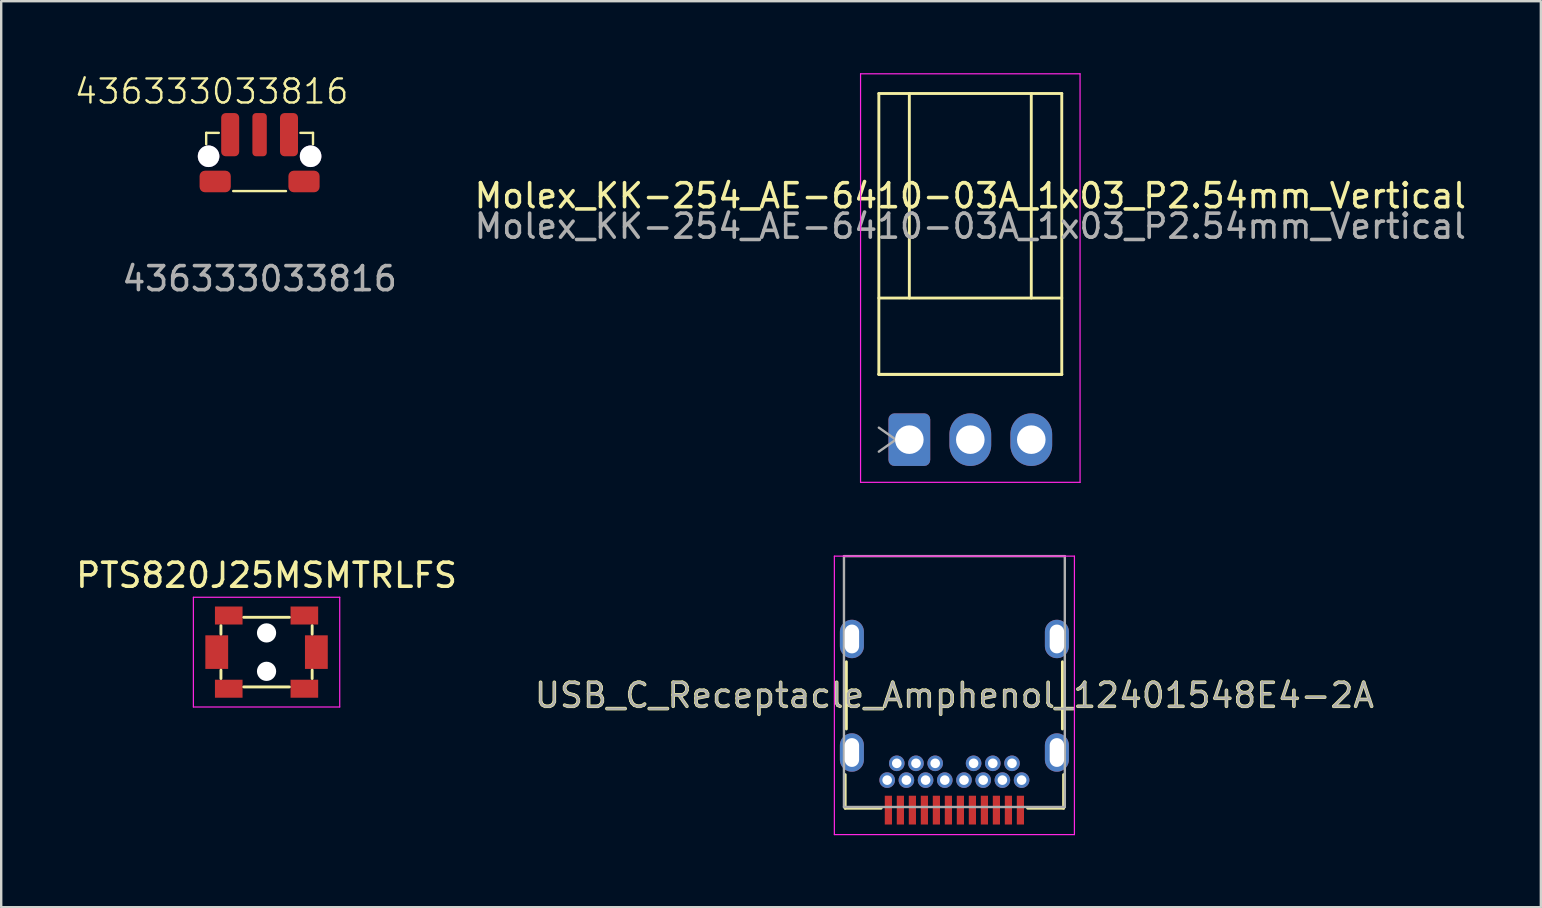
<source format=kicad_pcb>
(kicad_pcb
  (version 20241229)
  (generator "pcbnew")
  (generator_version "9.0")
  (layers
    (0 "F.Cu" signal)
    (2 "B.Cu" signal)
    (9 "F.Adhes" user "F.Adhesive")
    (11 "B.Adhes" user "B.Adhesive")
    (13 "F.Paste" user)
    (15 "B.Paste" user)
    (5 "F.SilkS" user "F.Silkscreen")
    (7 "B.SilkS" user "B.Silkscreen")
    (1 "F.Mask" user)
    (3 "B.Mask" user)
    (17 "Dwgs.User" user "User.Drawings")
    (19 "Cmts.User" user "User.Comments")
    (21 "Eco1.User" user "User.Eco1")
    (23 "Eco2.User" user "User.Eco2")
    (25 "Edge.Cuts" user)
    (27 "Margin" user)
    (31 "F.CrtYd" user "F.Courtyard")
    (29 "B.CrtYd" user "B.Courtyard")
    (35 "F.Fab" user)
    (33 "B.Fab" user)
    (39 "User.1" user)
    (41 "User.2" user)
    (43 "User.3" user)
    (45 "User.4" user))
  (footprint "Molex_KK-254_AE-6410-03A_1x03_P2.54mm_Vertical"
    (layer "F.Cu")
    (at 34.831 15.265)
    (property "Reference" "Molex_KK-254_AE-6410-03A_1x03_P2.54mm_Vertical" (at 2.54 -10.16 0) (layer "F.SilkS") (effects (font (size 1 1) (thickness 0.15))))
    (attr through_hole)
    (fp_line (start -1.27 -14.42) (end 6.35 -14.42) (stroke (width 0.12) (type solid)) (layer "F.SilkS"))
    (fp_line (start -1.27 -5.9) (end 6.35 -5.9) (stroke (width 0.12) (type solid)) (layer "F.SilkS"))
    (fp_line (start -1.27 -2.72) (end -1.27 -14.42) (stroke (width 0.12) (type solid)) (layer "F.SilkS"))
    (fp_line (start -1.27 -2.72) (end 6.35 -2.72) (stroke (width 0.12) (type solid)) (layer "F.SilkS"))
    (fp_line (start 0 -14.42) (end 0 -5.9) (stroke (width 0.12) (type solid)) (layer "F.SilkS"))
    (fp_line (start 5.08 -14.42) (end 5.08 -5.9) (stroke (width 0.12) (type solid)) (layer "F.SilkS"))
    (fp_line (start 6.35 -14.42) (end 6.35 -2.72) (stroke (width 0.12) (type solid)) (layer "F.SilkS"))
    (fp_line (start 6.35 -2.72) (end -1.27 -2.72) (stroke (width 0.12) (type solid)) (layer "F.SilkS"))
    (fp_line (start -2.032 -15.24) (end -2.032 1.778) (stroke (width 0.05) (type solid)) (layer "F.CrtYd"))
    (fp_line (start -2.032 1.778) (end 7.112 1.778) (stroke (width 0.05) (type solid)) (layer "F.CrtYd"))
    (fp_line (start 7.112 -15.24) (end -2.032 -15.24) (stroke (width 0.05) (type solid)) (layer "F.CrtYd"))
    (fp_line (start 7.112 1.778) (end 7.112 -15.24) (stroke (width 0.05) (type solid)) (layer "F.CrtYd"))
    (fp_line (start -1.27 -0.5) (end -0.563 0) (stroke (width 0.1) (type solid)) (layer "F.Fab"))
    (fp_line (start -0.563 0) (end -1.27 0.5) (stroke (width 0.1) (type solid)) (layer "F.Fab"))
    (fp_text user "${REFERENCE}" (at 2.54 -8.89 0) (layer "F.Fab") (effects (font (size 1 1) (thickness 0.15))))
    (pad "1" thru_hole roundrect (at 0 0) (size 1.74 2.19) (drill 1.19) (layers "*.Cu" "*.Mask") (roundrect_rratio 0.144))
    (pad "2" thru_hole oval (at 2.54 0) (size 1.74 2.19) (drill 1.19) (layers "*.Cu" "*.Mask"))
    (pad "3" thru_hole oval (at 5.08 0) (size 1.74 2.19) (drill 1.19) (layers "*.Cu" "*.Mask")))
  (footprint "USB_C_Receptacle_Amphenol_12401548E4-2A"
    (layer "F.Cu")
    (at 36.708 25.918)
    (property "Reference" "USB_C_Receptacle_Amphenol_12401548E4-2A" (at 0 0 180) (layer "F.SilkS") (effects (font (size 1 1) (thickness 0.15))))
    (attr smd)
    (fp_line (start -4.55 4.7) (end -4.55 3.3) (stroke (width 0.12) (type solid)) (layer "F.SilkS"))
    (fp_line (start -4.5 1.4) (end -4.5 -1.4) (stroke (width 0.12) (type solid)) (layer "F.SilkS"))
    (fp_line (start -3.05 4.7) (end -4.55 4.7) (stroke (width 0.12) (type solid)) (layer "F.SilkS"))
    (fp_line (start 4.5 1.4) (end 4.5 -1.4) (stroke (width 0.12) (type solid)) (layer "F.SilkS"))
    (fp_line (start 4.55 4.7) (end 3.05 4.7) (stroke (width 0.12) (type solid)) (layer "F.SilkS"))
    (fp_line (start 4.55 4.7) (end 4.55 3.3) (stroke (width 0.12) (type solid)) (layer "F.SilkS"))
    (fp_line (start -5 -5.8) (end 5 -5.8) (stroke (width 0.05) (type solid)) (layer "F.CrtYd"))
    (fp_line (start -5 5.8) (end -5 -5.8) (stroke (width 0.05) (type solid)) (layer "F.CrtYd"))
    (fp_line (start 5 -5.8) (end 5 5.8) (stroke (width 0.05) (type solid)) (layer "F.CrtYd"))
    (fp_line (start 5 5.8) (end -5 5.8) (stroke (width 0.05) (type solid)) (layer "F.CrtYd"))
    (fp_line (start -4.6 -5.8) (end -4.6 4.65) (stroke (width 0.1) (type solid)) (layer "F.Fab"))
    (fp_line (start 4.6 -5.8) (end -4.6 -5.8) (stroke (width 0.1) (type solid)) (layer "F.Fab"))
    (fp_line (start 4.6 -5.8) (end 4.6 4.65) (stroke (width 0.1) (type solid)) (layer "F.Fab"))
    (fp_line (start 4.6 4.65) (end -4.6 4.65) (stroke (width 0.1) (type solid)) (layer "F.Fab"))
    (fp_text user "${REFERENCE}" (at 0 0 180) (layer "F.Fab") (effects (font (size 1 1) (thickness 0.1))))
    (pad "1" thru_hole circle (at 2 3.53 180) (size 0.65 0.65) (drill 0.4) (layers "*.Cu" "*.Mask"))
    (pad "2" thru_hole circle (at -2 3.53 180) (size 0.65 0.65) (drill 0.4) (layers "*.Cu" "*.Mask"))
    (pad "A1" smd rect (at 2.75 4.78 180) (size 0.3 1.2) (layers "F.Cu" "F.Mask" "F.Paste"))
    (pad "A2" smd rect (at 2.25 4.78 180) (size 0.3 1.2) (layers "F.Cu" "F.Mask" "F.Paste"))
    (pad "A3" smd rect (at 1.75 4.78 180) (size 0.3 1.2) (layers "F.Cu" "F.Mask" "F.Paste"))
    (pad "A4" smd rect (at 1.25 4.78 180) (size 0.3 1.2) (layers "F.Cu" "F.Mask" "F.Paste"))
    (pad "A5" smd rect (at 0.75 4.78 180) (size 0.3 1.2) (layers "F.Cu" "F.Mask" "F.Paste"))
    (pad "A6" smd rect (at 0.25 4.78 180) (size 0.3 1.2) (layers "F.Cu" "F.Mask" "F.Paste"))
    (pad "A7" smd rect (at -0.25 4.78 180) (size 0.3 1.2) (layers "F.Cu" "F.Mask" "F.Paste"))
    (pad "A8" smd rect (at -0.75 4.78 180) (size 0.3 1.2) (layers "F.Cu" "F.Mask" "F.Paste"))
    (pad "A9" smd rect (at -1.25 4.78 180) (size 0.3 1.2) (layers "F.Cu" "F.Mask" "F.Paste"))
    (pad "A10" smd rect (at -1.75 4.78 180) (size 0.3 1.2) (layers "F.Cu" "F.Mask" "F.Paste"))
    (pad "A11" smd rect (at -2.25 4.78 180) (size 0.3 1.2) (layers "F.Cu" "F.Mask" "F.Paste"))
    (pad "A12" smd rect (at -2.75 4.78 180) (size 0.3 1.2) (layers "F.Cu" "F.Mask" "F.Paste"))
    (pad "B1" thru_hole circle (at -2.8 3.53 180) (size 0.65 0.65) (drill 0.4) (layers "*.Cu" "*.Mask"))
    (pad "B2" thru_hole circle (at -2.4 2.83 180) (size 0.65 0.65) (drill 0.4) (layers "*.Cu" "*.Mask"))
    (pad "B3" thru_hole circle (at -1.6 2.83 180) (size 0.65 0.65) (drill 0.4) (layers "*.Cu" "*.Mask"))
    (pad "B4" thru_hole circle (at -1.2 3.53 180) (size 0.65 0.65) (drill 0.4) (layers "*.Cu" "*.Mask"))
    (pad "B5" thru_hole circle (at -0.8 2.83 180) (size 0.65 0.65) (drill 0.4) (layers "*.Cu" "*.Mask"))
    (pad "B6" thru_hole circle (at -0.4 3.53 180) (size 0.65 0.65) (drill 0.4) (layers "*.Cu" "*.Mask"))
    (pad "B7" thru_hole circle (at 0.4 3.53 180) (size 0.65 0.65) (drill 0.4) (layers "*.Cu" "*.Mask"))
    (pad "B8" thru_hole circle (at 0.8 2.83 180) (size 0.65 0.65) (drill 0.4) (layers "*.Cu" "*.Mask"))
    (pad "B9" thru_hole circle (at 1.2 3.53 180) (size 0.65 0.65) (drill 0.4) (layers "*.Cu" "*.Mask"))
    (pad "B10" thru_hole circle (at 1.6 2.83 180) (size 0.65 0.65) (drill 0.4) (layers "*.Cu" "*.Mask"))
    (pad "B11" thru_hole circle (at 2.4 2.83 180) (size 0.65 0.65) (drill 0.4) (layers "*.Cu" "*.Mask"))
    (pad "B12" thru_hole circle (at 2.8 3.53 180) (size 0.65 0.65) (drill 0.4) (layers "*.Cu" "*.Mask"))
    (pad "S1" thru_hole oval (at -4.27 -2.35 180) (size 1 1.6) (drill oval 0.6 1.2) (layers "*.Cu" "*.Mask"))
    (pad "S1" thru_hole oval (at -4.27 2.38 180) (size 1 1.6) (drill oval 0.6 1.2) (layers "*.Cu" "*.Mask"))
    (pad "S1" thru_hole oval (at 4.27 -2.35 180) (size 1 1.6) (drill oval 0.6 1.2) (layers "*.Cu" "*.Mask"))
    (pad "S1" thru_hole oval (at 4.27 2.38 180) (size 1 1.6) (drill oval 0.6 1.2) (layers "*.Cu" "*.Mask")))
  (footprint "436333033816"
    (layer "F.Cu")
    (at 7.764 3.76)
    (property "Reference" "436333033816" (at -2 -3 0) (unlocked yes) (layer "F.SilkS") (effects (font (size 1 1) (thickness 0.1))))
    (attr smd)
    (fp_line (start -2.225 -1.275) (end -1.7 -1.275) (stroke (width 0.1) (type default)) (layer "F.SilkS"))
    (fp_line (start -2.225 -0.8) (end -2.225 -1.275) (stroke (width 0.1) (type default)) (layer "F.SilkS"))
    (fp_line (start -1.1 1.15) (end 1.1 1.15) (stroke (width 0.1) (type default)) (layer "F.SilkS"))
    (fp_line (start 1.7 -1.275) (end 2.225 -1.275) (stroke (width 0.1) (type default)) (layer "F.SilkS"))
    (fp_line (start 2.225 -1.275) (end 2.225 -0.8) (stroke (width 0.1) (type default)) (layer "F.SilkS"))
    (fp_text user "${REFERENCE}" (at 0 4.8 0) (unlocked yes) (layer "F.Fab") (effects (font (size 1 1) (thickness 0.15))))
    (pad "" np_thru_hole custom (at -2.125 -0.3 90) (size 0.9 0.9) (drill 0.9) (layers "*.Cu" "*.Mask") (options (anchor circle)) (primitives))
    (pad "" smd roundrect (at -1.85 0.75) (size 1.3 0.9) (layers "F.Cu" "F.Mask" "F.Paste") (roundrect_rratio 0.25))
    (pad "" smd roundrect (at 1.85 0.75) (size 1.3 0.9) (layers "F.Cu" "F.Mask" "F.Paste") (roundrect_rratio 0.25))
    (pad "" np_thru_hole custom (at 2.125 -0.3 90) (size 0.9 0.9) (drill 0.9) (layers "*.Cu" "*.Mask") (options (anchor circle)) (primitives))
    (pad "1" smd roundrect (at -1.225 -1.2 90) (size 1.8 0.75) (layers "F.Cu" "F.Mask" "F.Paste") (roundrect_rratio 0.25))
    (pad "1" smd roundrect (at 1.225 -1.2 90) (size 1.8 0.75) (layers "F.Cu" "F.Mask" "F.Paste") (roundrect_rratio 0.25))
    (pad "2" smd roundrect (at 0 -1.2 90) (size 1.8 0.6) (layers "F.Cu" "F.Mask" "F.Paste") (roundrect_rratio 0.25))
    (zone (net_name "") (layer "F.Cu") (hatch edge 0.5) (connect_pads) (min_thickness 0.25) (filled_areas_thickness no) (keepout (tracks not_allowed) (vias not_allowed) (pads not_allowed) (copperpour not_allowed) (footprints allowed)) (placement (enabled no)) (fill) (polygon (pts (xy 6.764 3.76) (xy 8.764 3.76) (xy 8.764 4.96) (xy 6.764 4.96)))))
  (footprint "PTS820J25MSMTRLFS"
    (layer "F.Cu")
    (at 8.054 24.116)
    (property "Reference" "PTS820J25MSMTRLFS" (at 0 -3.2 0) (layer "F.SilkS") (effects (font (size 1 1) (thickness 0.15))))
    (attr through_hole)
    (fp_line (start -1.9 -1.1) (end -1.9 -0.75) (stroke (width 0.12) (type solid)) (layer "F.SilkS"))
    (fp_line (start -1.9 0.75) (end -1.9 1.1) (stroke (width 0.12) (type solid)) (layer "F.SilkS"))
    (fp_line (start -0.95 -1.45) (end 0.95 -1.45) (stroke (width 0.12) (type solid)) (layer "F.SilkS"))
    (fp_line (start -0.95 1.45) (end 0.95 1.45) (stroke (width 0.12) (type solid)) (layer "F.SilkS"))
    (fp_line (start 1.9 -1.1) (end 1.9 -0.75) (stroke (width 0.12) (type solid)) (layer "F.SilkS"))
    (fp_line (start 1.9 0.75) (end 1.9 1.1) (stroke (width 0.12) (type solid)) (layer "F.SilkS"))
    (fp_line (start -3.048 -2.286) (end 3.048 -2.286) (stroke (width 0.05) (type solid)) (layer "F.CrtYd"))
    (fp_line (start -3.048 2.286) (end -3.048 -2.286) (stroke (width 0.05) (type solid)) (layer "F.CrtYd"))
    (fp_line (start 3.048 -2.286) (end 3.048 2.286) (stroke (width 0.05) (type solid)) (layer "F.CrtYd"))
    (fp_line (start 3.048 2.286) (end -3.048 2.286) (stroke (width 0.05) (type solid)) (layer "F.CrtYd"))
    (pad "" np_thru_hole circle (at 0 -0.8) (size 0.8 0.8) (drill 0.8) (layers "*.Cu" "*.Mask"))
    (pad "" np_thru_hole circle (at 0 0.8) (size 0.8 0.8) (drill 0.8) (layers "*.Cu" "*.Mask"))
    (pad "1" smd rect (at -2.075 0) (size 0.95 1.4) (layers "F.Cu" "F.Mask" "F.Paste"))
    (pad "2" smd rect (at 2.075 0) (size 0.95 1.4) (layers "F.Cu" "F.Mask" "F.Paste"))
    (pad "3" smd rect (at -1.575 -1.525) (size 1.15 0.75) (layers "F.Cu" "F.Mask" "F.Paste"))
    (pad "3" smd rect (at -1.575 1.525) (size 1.15 0.75) (layers "F.Cu" "F.Mask" "F.Paste"))
    (pad "3" smd rect (at 1.575 -1.525) (size 1.15 0.75) (layers "F.Cu" "F.Mask" "F.Paste"))
    (pad "3" smd rect (at 1.575 1.525) (size 1.15 0.75) (layers "F.Cu" "F.Mask" "F.Paste")))
  (gr_rect
    (start -3 -3)
    (end 61.139 34.743)
    (stroke (width 0.1) (type default))
    (fill no)
    (layer "Edge.Cuts")))
</source>
